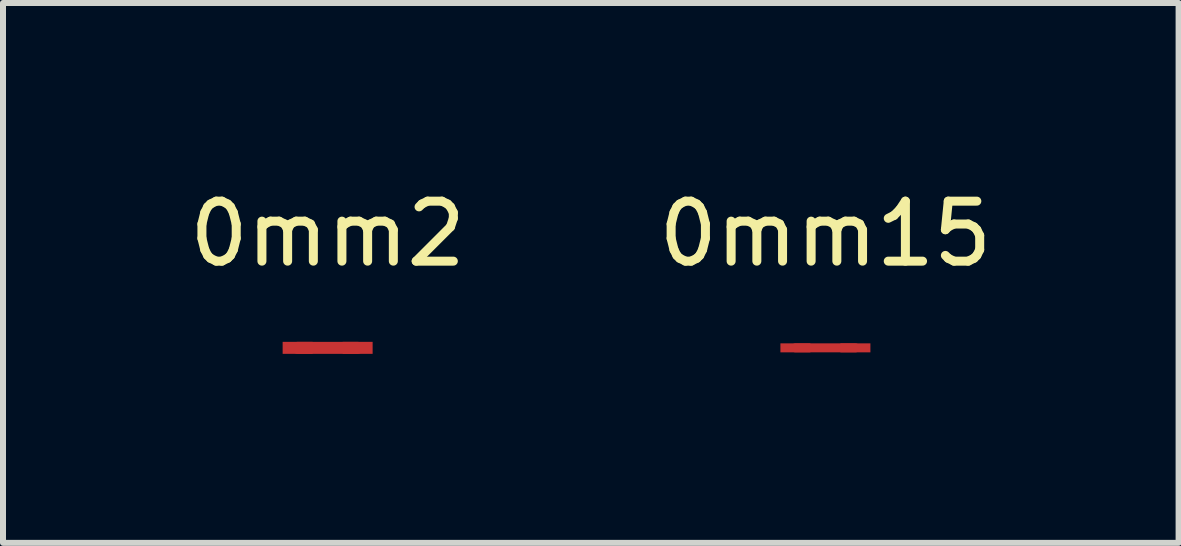
<source format=kicad_pcb>
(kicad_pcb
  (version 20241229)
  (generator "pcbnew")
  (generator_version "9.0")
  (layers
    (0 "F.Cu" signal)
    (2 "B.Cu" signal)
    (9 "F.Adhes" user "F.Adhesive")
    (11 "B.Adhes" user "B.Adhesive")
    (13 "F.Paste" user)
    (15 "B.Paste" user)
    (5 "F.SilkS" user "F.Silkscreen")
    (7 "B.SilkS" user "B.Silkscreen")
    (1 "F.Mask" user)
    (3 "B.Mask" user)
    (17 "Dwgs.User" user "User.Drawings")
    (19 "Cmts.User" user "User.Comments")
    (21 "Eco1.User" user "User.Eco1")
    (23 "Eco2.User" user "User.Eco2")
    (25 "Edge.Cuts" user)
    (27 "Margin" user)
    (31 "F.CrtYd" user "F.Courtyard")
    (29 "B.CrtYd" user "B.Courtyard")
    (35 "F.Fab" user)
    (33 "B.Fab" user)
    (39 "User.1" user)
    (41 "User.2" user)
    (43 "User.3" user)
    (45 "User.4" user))
  (footprint "0mm2"
    (layer "F.Cu")
    (at 2.411 2.748)
    (property "Reference" "0mm2" (at 0 -1.9 0) (layer "F.SilkS") (effects (font (size 1 1) (thickness 0.15))))
    (attr exclude_from_pos_files exclude_from_bom)
    (fp_line (start -0.5 0) (end 0.5 0) (stroke (width 0.2) (type solid)) (layer "F.Cu"))
    (pad "1" smd rect (at -0.5 0) (size 0.5 0.2) (layers "F.Cu"))
    (pad "2" smd rect (at 0.5 0) (size 0.5 0.2) (layers "F.Cu")))
  (footprint "0mm15"
    (layer "F.Cu")
    (at 10.708 2.748)
    (property "Reference" "0mm15" (at 0 -1.9 0) (layer "F.SilkS") (effects (font (size 1 1) (thickness 0.15))))
    (attr exclude_from_pos_files exclude_from_bom)
    (fp_line (start -0.5 0) (end 0.5 0) (stroke (width 0.15) (type solid)) (layer "F.Cu"))
    (pad "1" smd rect (at -0.5 0) (size 0.5 0.15) (layers "F.Cu"))
    (pad "2" smd rect (at 0.5 0) (size 0.5 0.15) (layers "F.Cu")))
  (gr_rect
    (start -3 -3)
    (end 16.595 5.998)
    (stroke (width 0.1) (type default))
    (fill no)
    (layer "Edge.Cuts")))
</source>
